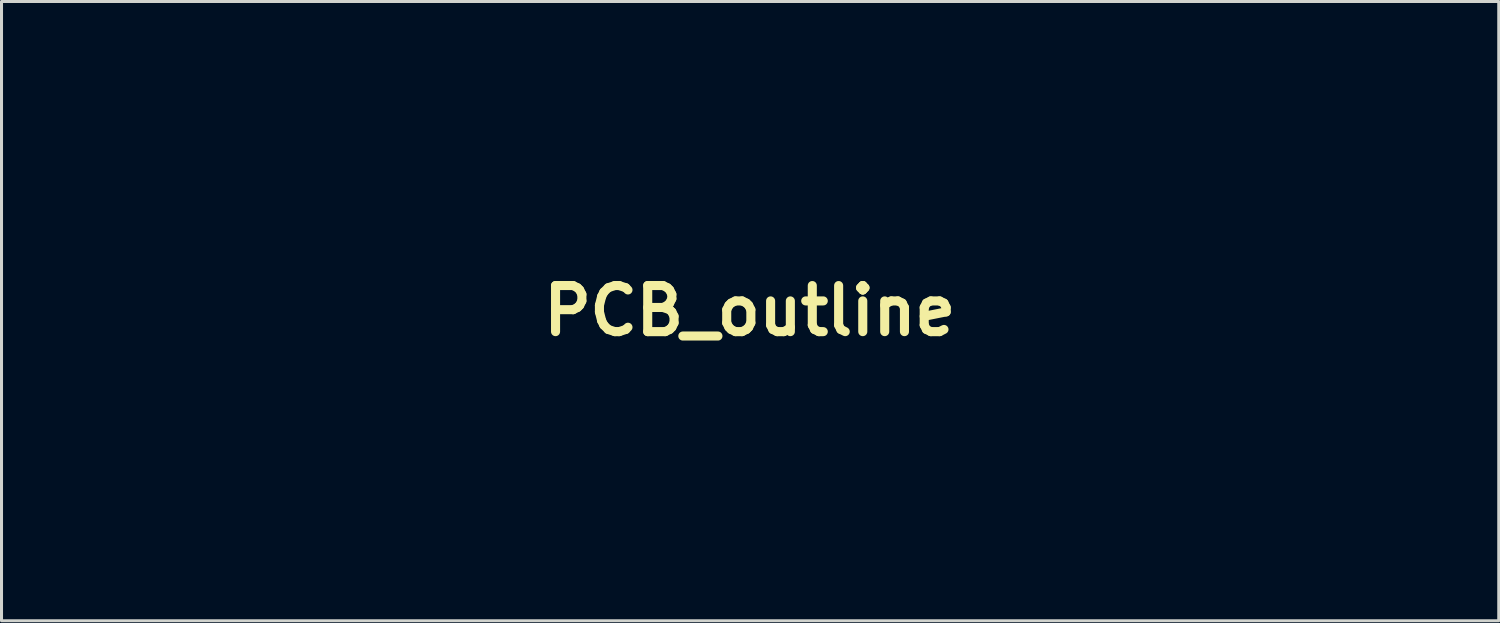
<source format=kicad_pcb>
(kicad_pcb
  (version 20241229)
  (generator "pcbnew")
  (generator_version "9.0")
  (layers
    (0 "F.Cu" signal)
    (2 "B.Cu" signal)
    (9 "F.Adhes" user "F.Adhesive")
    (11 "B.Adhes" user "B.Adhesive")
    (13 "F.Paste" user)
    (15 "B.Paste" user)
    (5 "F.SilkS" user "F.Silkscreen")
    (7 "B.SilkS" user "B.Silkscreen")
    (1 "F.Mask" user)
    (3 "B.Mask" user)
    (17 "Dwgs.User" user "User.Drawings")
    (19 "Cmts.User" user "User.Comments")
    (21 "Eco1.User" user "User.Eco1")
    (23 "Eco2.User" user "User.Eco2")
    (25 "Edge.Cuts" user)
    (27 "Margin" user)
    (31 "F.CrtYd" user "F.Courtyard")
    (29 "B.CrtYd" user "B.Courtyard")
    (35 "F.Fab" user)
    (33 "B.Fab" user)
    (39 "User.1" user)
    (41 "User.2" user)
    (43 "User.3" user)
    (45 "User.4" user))
  (footprint "PCB_outline"
    (layer "F.Cu")
    (at 21.745 7.228)
    (property "Reference" "PCB_outline" (at 0 0 0) (layer "F.SilkS") (effects (font (size 1.524 1.524) (thickness 0.3))))
    (attr through_hole)
    (fp_poly (pts (xy 21.765 7.247) (xy -21.74 7.247) (xy -21.74 5.235) (xy -18.42 5.235) (xy -18.42 5.89) (xy -16.651 5.89) (xy -16.651 5.235) (xy -18.42 5.235) (xy -21.74 5.235) (xy -21.74 4.195) (xy -9.452 4.195) (xy -9.43 4.465) (xy -9.366 4.717) (xy -9.264 4.948) (xy -9.127 5.155) (xy -8.959 5.335) (xy -8.764 5.484) (xy -8.546 5.601) (xy -8.309 5.682) (xy -8.057 5.724) (xy -7.793 5.724) (xy -7.527 5.681) (xy -7.316 5.609) (xy -7.107 5.499) (xy -6.915 5.362) (xy -6.752 5.205) (xy -6.707 5.15) (xy -6.566 4.926) (xy -6.465 4.683) (xy -6.406 4.428) (xy -6.389 4.166) (xy -6.414 3.906) (xy -6.483 3.653) (xy -6.548 3.502) (xy -6.69 3.27) (xy -6.864 3.074) (xy -7.072 2.912) (xy -7.278 2.8) (xy -7.445 2.733) (xy -7.603 2.691) (xy -7.773 2.67) (xy -7.921 2.666) (xy -8.192 2.687) (xy -8.439 2.747) (xy -8.666 2.85) (xy -8.878 2.998) (xy -9.005 3.114) (xy -9.181 3.319) (xy -9.312 3.537) (xy -9.399 3.772) (xy -9.444 4.028) (xy -9.452 4.195) (xy -21.74 4.195) (xy -21.74 1.672) (xy -20.431 1.672) (xy -20.431 2.206) (xy -18.808 2.206) (xy -18.808 1.672) (xy -20.431 1.672) (xy -21.74 1.672) (xy -21.74 -0.291) (xy -18.42 -0.291) (xy -18.42 0.388) (xy -16.651 0.388) (xy -16.651 -0.291) (xy -18.42 -0.291) (xy -21.74 -0.291) (xy -21.74 -2.229) (xy -7.395 -2.229) (xy -7.391 -2.027) (xy -7.367 -1.878) (xy -7.288 -1.652) (xy -7.169 -1.446) (xy -7.014 -1.266) (xy -6.829 -1.117) (xy -6.619 -1.005) (xy -6.398 -0.935) (xy -6.226 -0.906) (xy -6.07 -0.902) (xy -5.904 -0.923) (xy -5.853 -0.933) (xy -5.618 -1.007) (xy -5.405 -1.121) (xy -5.221 -1.271) (xy -5.067 -1.454) (xy -4.95 -1.666) (xy -4.883 -1.859) (xy -4.859 -1.999) (xy -4.849 -2.162) (xy -4.854 -2.328) (xy -4.873 -2.476) (xy -4.883 -2.517) (xy -4.967 -2.745) (xy -5.091 -2.948) (xy -5.248 -3.123) (xy -5.434 -3.266) (xy -5.645 -3.373) (xy -5.874 -3.441) (xy -6.116 -3.466) (xy -6.124 -3.466) (xy -6.374 -3.443) (xy -6.606 -3.376) (xy -6.818 -3.265) (xy -7.006 -3.114) (xy -7.169 -2.923) (xy -7.252 -2.794) (xy -7.324 -2.628) (xy -7.372 -2.435) (xy -7.395 -2.229) (xy -21.74 -2.229) (xy -21.74 -3.975) (xy -20.431 -3.975) (xy -20.431 -3.32) (xy -18.638 -3.32) (xy -18.638 -3.975) (xy -20.431 -3.975) (xy -21.74 -3.975) (xy -21.74 -4.896) (xy 0.772 -4.896) (xy 0.82 -4.817) (xy 0.841 -4.782) (xy 0.883 -4.709) (xy 0.945 -4.602) (xy 1.025 -4.465) (xy 1.12 -4.301) (xy 1.228 -4.115) (xy 1.346 -3.911) (xy 1.473 -3.692) (xy 1.606 -3.462) (xy 2.344 -2.185) (xy 1.631 -0.953) (xy 1.499 -0.726) (xy 1.373 -0.507) (xy 1.254 -0.302) (xy 1.146 -0.115) (xy 1.05 0.05) (xy 0.97 0.19) (xy 0.907 0.299) (xy 0.864 0.374) (xy 0.845 0.406) (xy 0.772 0.533) (xy 11.646 0.533) (xy 12.432 -0.827) (xy 12.596 -1.111) (xy 12.736 -1.357) (xy 12.855 -1.565) (xy 12.954 -1.74) (xy 13.033 -1.883) (xy 13.095 -1.998) (xy 13.141 -2.086) (xy 13.172 -2.151) (xy 13.189 -2.195) (xy 13.193 -2.215) (xy 17.615 -2.215) (xy 17.633 -1.961) (xy 17.691 -1.731) (xy 17.792 -1.523) (xy 17.936 -1.332) (xy 17.983 -1.283) (xy 18.175 -1.122) (xy 18.387 -1.005) (xy 18.615 -0.932) (xy 18.856 -0.904) (xy 19.105 -0.923) (xy 19.159 -0.933) (xy 19.394 -1.007) (xy 19.607 -1.121) (xy 19.792 -1.271) (xy 19.945 -1.454) (xy 20.062 -1.666) (xy 20.129 -1.859) (xy 20.153 -1.999) (xy 20.163 -2.162) (xy 20.158 -2.328) (xy 20.139 -2.476) (xy 20.13 -2.517) (xy 20.045 -2.746) (xy 19.919 -2.951) (xy 19.758 -3.128) (xy 19.565 -3.273) (xy 19.345 -3.382) (xy 19.195 -3.43) (xy 19.034 -3.456) (xy 18.849 -3.46) (xy 18.663 -3.444) (xy 18.494 -3.407) (xy 18.458 -3.395) (xy 18.236 -3.292) (xy 18.043 -3.152) (xy 17.881 -2.98) (xy 17.754 -2.782) (xy 17.667 -2.562) (xy 17.621 -2.325) (xy 17.615 -2.215) (xy 13.193 -2.215) (xy 13.195 -2.22) (xy 13.193 -2.226) (xy 13.177 -2.254) (xy 13.139 -2.32) (xy 13.081 -2.42) (xy 13.005 -2.551) (xy 12.913 -2.71) (xy 12.808 -2.892) (xy 12.691 -3.094) (xy 12.565 -3.312) (xy 12.432 -3.542) (xy 12.41 -3.581) (xy 11.65 -4.896) (xy 0.772 -4.896) (xy -21.74 -4.896) (xy -21.74 -6.398) (xy -18.42 -6.398) (xy -18.42 -5.72) (xy -16.651 -5.72) (xy -16.651 -6.398) (xy -18.42 -6.398) (xy -21.74 -6.398) (xy -21.74 -7.223) (xy 21.765 -7.223) (xy 21.765 7.247)) (stroke (width 0.01) (type solid)) (fill no) (layer "Eco1.User")))
  (gr_rect
    (start -3 -3)
    (end 46.515 17.479)
    (stroke (width 0.1) (type default))
    (fill no)
    (layer "Edge.Cuts")))
</source>
